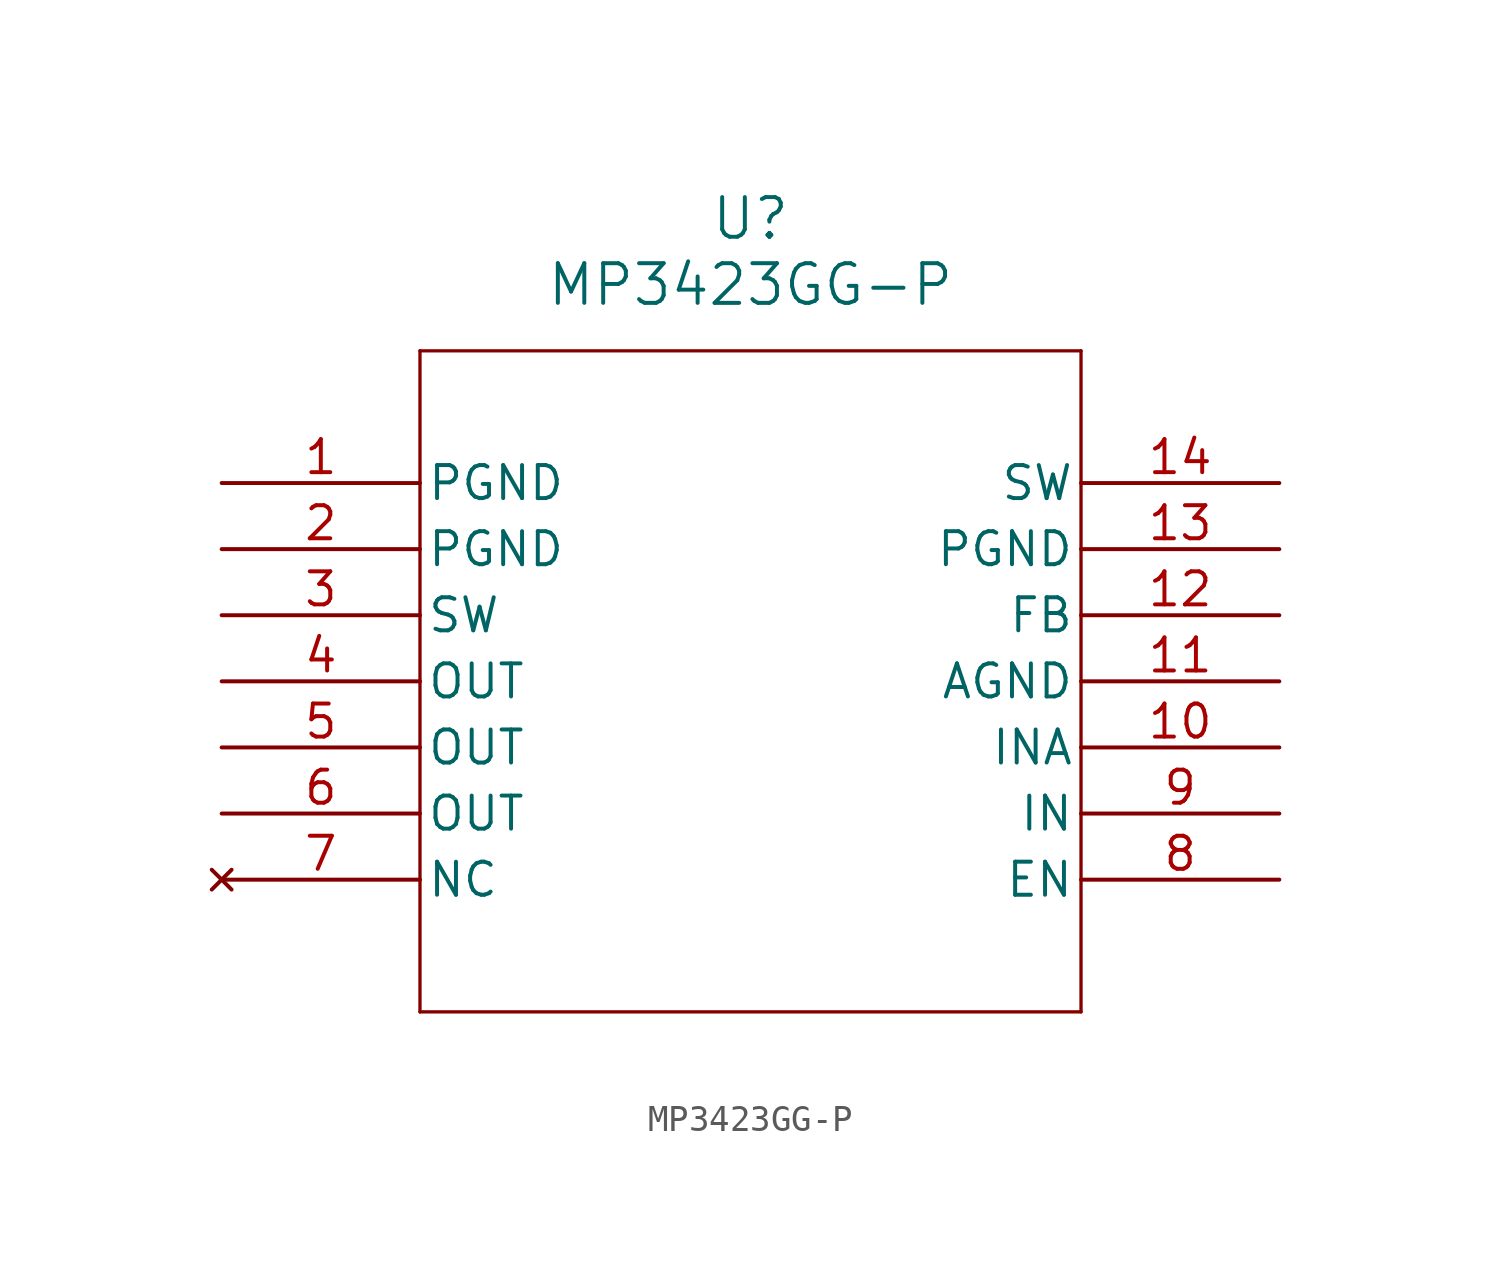
<source format=kicad_sym>
(kicad_symbol_lib
  (version 20211014)
  (generator kicad_symbol_editor)
  (symbol "MP3423GG-P"
    (pin_names
      (offset 0.254))
    (property "Reference" "U"
      (at 20.32 10.16 0)
      (effects (font (size 1.524 1.524))))
    (property "Value" "MP3423GG-P"
      (at 20.32 7.62 0)
      (effects (font (size 1.524 1.524))))
    (symbol "MP3423GG-P_0_1"
      (polyline (pts (xy 7.62 5.08) (xy 7.62 -20.32)) (stroke (width 0.127) (type default) (color 0 0 0 0)) (fill (type none)))
      (polyline (pts (xy 7.62 -20.32) (xy 33.02 -20.32)) (stroke (width 0.127) (type default) (color 0 0 0 0)) (fill (type none)))
      (polyline (pts (xy 33.02 -20.32) (xy 33.02 5.08)) (stroke (width 0.127) (type default) (color 0 0 0 0)) (fill (type none)))
      (polyline (pts (xy 33.02 5.08) (xy 7.62 5.08)) (stroke (width 0.127) (type default) (color 0 0 0 0)) (fill (type none)))
      (pin power_in line (at 0 0 0) (length 7.62) (name "PGND" (effects (font (size 1.27 1.27)))) (number "1" (effects (font (size 1.27 1.27)))))
      (pin power_in line (at 0 -2.54 0) (length 7.62) (name "PGND" (effects (font (size 1.27 1.27)))) (number "2" (effects (font (size 1.27 1.27)))))
      (pin output line (at 0 -5.08 0) (length 7.62) (name "SW" (effects (font (size 1.27 1.27)))) (number "3" (effects (font (size 1.27 1.27)))))
      (pin output line (at 0 -7.62 0) (length 7.62) (name "OUT" (effects (font (size 1.27 1.27)))) (number "4" (effects (font (size 1.27 1.27)))))
      (pin output line (at 0 -10.16 0) (length 7.62) (name "OUT" (effects (font (size 1.27 1.27)))) (number "5" (effects (font (size 1.27 1.27)))))
      (pin output line (at 0 -12.7 0) (length 7.62) (name "OUT" (effects (font (size 1.27 1.27)))) (number "6" (effects (font (size 1.27 1.27)))))
      (pin no_connect line (at 0 -15.24 0) (length 7.62) (name "NC" (effects (font (size 1.27 1.27)))) (number "7" (effects (font (size 1.27 1.27)))))
      (pin input line (at 40.64 -15.24 180) (length 7.62) (name "EN" (effects (font (size 1.27 1.27)))) (number "8" (effects (font (size 1.27 1.27)))))
      (pin power_in line (at 40.64 -12.7 180) (length 7.62) (name "IN" (effects (font (size 1.27 1.27)))) (number "9" (effects (font (size 1.27 1.27)))))
      (pin power_in line (at 40.64 -10.16 180) (length 7.62) (name "INA" (effects (font (size 1.27 1.27)))) (number "10" (effects (font (size 1.27 1.27)))))
      (pin power_in line (at 40.64 -7.62 180) (length 7.62) (name "AGND" (effects (font (size 1.27 1.27)))) (number "11" (effects (font (size 1.27 1.27)))))
      (pin input line (at 40.64 -5.08 180) (length 7.62) (name "FB" (effects (font (size 1.27 1.27)))) (number "12" (effects (font (size 1.27 1.27)))))
      (pin power_in line (at 40.64 -2.54 180) (length 7.62) (name "PGND" (effects (font (size 1.27 1.27)))) (number "13" (effects (font (size 1.27 1.27)))))
      (pin output line (at 40.64 0 180) (length 7.62) (name "SW" (effects (font (size 1.27 1.27)))) (number "14" (effects (font (size 1.27 1.27))))))))
</source>
